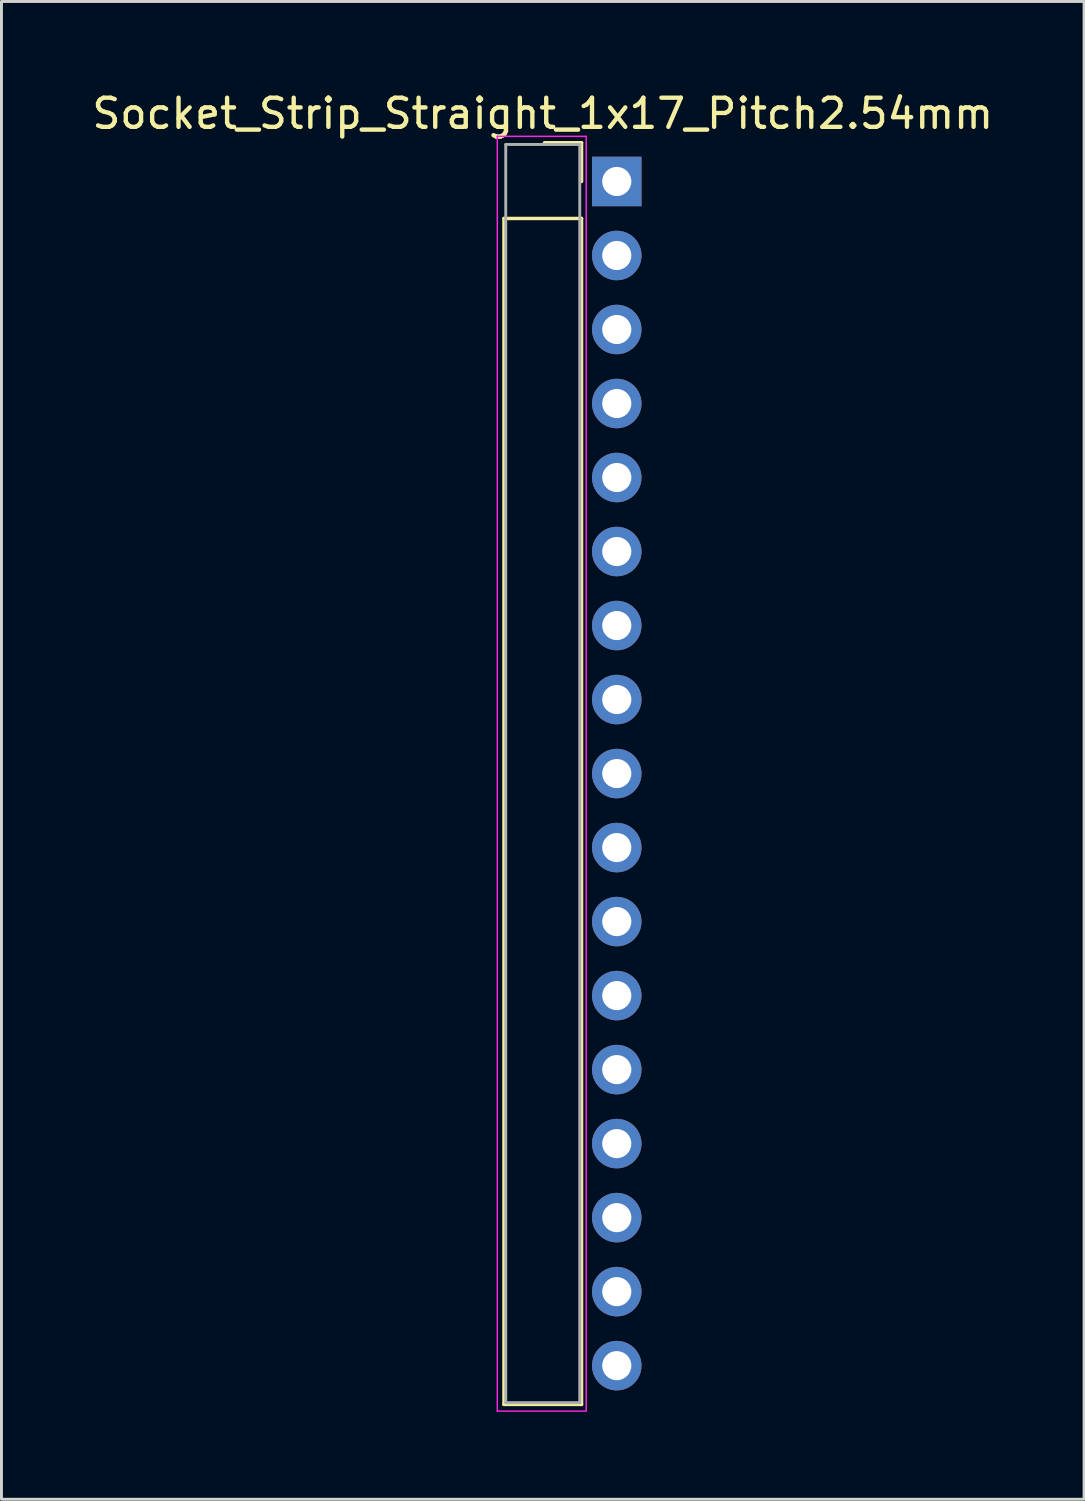
<source format=kicad_pcb>
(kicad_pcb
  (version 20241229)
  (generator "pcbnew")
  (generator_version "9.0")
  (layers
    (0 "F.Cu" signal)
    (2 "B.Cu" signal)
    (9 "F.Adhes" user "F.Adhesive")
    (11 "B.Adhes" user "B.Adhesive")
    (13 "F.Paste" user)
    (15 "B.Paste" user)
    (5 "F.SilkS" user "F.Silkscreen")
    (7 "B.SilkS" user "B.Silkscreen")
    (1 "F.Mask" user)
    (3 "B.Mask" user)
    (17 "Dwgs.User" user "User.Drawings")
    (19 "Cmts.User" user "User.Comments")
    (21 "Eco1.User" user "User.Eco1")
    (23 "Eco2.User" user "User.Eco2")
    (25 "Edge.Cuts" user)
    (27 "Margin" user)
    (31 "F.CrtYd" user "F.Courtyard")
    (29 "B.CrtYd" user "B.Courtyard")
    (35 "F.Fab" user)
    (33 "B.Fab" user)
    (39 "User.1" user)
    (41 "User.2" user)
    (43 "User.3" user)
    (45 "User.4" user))
  (footprint "Socket_Strip_Straight_1x17_Pitch2.54mm"
    (layer "F.Cu")
    (at 18.117 3.178)
    (property "Reference" "Socket_Strip_Straight_1x17_Pitch2.54mm" (at -2.54 -2.33 0) (layer "F.SilkS") (effects (font (size 1 1) (thickness 0.15))))
    (attr through_hole)
    (fp_line (start -3.87 1.27) (end -3.87 41.97) (stroke (width 0.12) (type solid)) (layer "F.SilkS"))
    (fp_line (start -3.87 41.97) (end -1.21 41.97) (stroke (width 0.12) (type solid)) (layer "F.SilkS"))
    (fp_line (start -1.21 -1.33) (end -2.48 -1.33) (stroke (width 0.12) (type solid)) (layer "F.SilkS"))
    (fp_line (start -1.21 0) (end -1.21 -1.33) (stroke (width 0.12) (type solid)) (layer "F.SilkS"))
    (fp_line (start -1.21 1.27) (end -3.87 1.27) (stroke (width 0.12) (type solid)) (layer "F.SilkS"))
    (fp_line (start -1.21 41.97) (end -1.21 1.27) (stroke (width 0.12) (type solid)) (layer "F.SilkS"))
    (fp_line (start -4.1 -1.55) (end -4.1 42.2) (stroke (width 0.05) (type solid)) (layer "F.CrtYd"))
    (fp_line (start -4.1 42.2) (end -1.05 42.2) (stroke (width 0.05) (type solid)) (layer "F.CrtYd"))
    (fp_line (start -1.05 -1.55) (end -4.1 -1.55) (stroke (width 0.05) (type solid)) (layer "F.CrtYd"))
    (fp_line (start -1.05 42.2) (end -1.05 -1.55) (stroke (width 0.05) (type solid)) (layer "F.CrtYd"))
    (fp_line (start -3.81 -1.27) (end -3.81 41.91) (stroke (width 0.1) (type solid)) (layer "F.Fab"))
    (fp_line (start -3.81 41.91) (end -1.27 41.91) (stroke (width 0.1) (type solid)) (layer "F.Fab"))
    (fp_line (start -1.27 -1.27) (end -3.81 -1.27) (stroke (width 0.1) (type solid)) (layer "F.Fab"))
    (fp_line (start -1.27 41.91) (end -1.27 -1.27) (stroke (width 0.1) (type solid)) (layer "F.Fab"))
    (pad "1" thru_hole rect (at 0 0) (size 1.7 1.7) (drill 1) (layers "*.Cu" "*.Mask"))
    (pad "2" thru_hole oval (at 0 2.54) (size 1.7 1.7) (drill 1) (layers "*.Cu" "*.Mask"))
    (pad "3" thru_hole oval (at 0 5.08) (size 1.7 1.7) (drill 1) (layers "*.Cu" "*.Mask"))
    (pad "4" thru_hole oval (at 0 7.62) (size 1.7 1.7) (drill 1) (layers "*.Cu" "*.Mask"))
    (pad "5" thru_hole oval (at 0 10.16) (size 1.7 1.7) (drill 1) (layers "*.Cu" "*.Mask"))
    (pad "6" thru_hole oval (at 0 12.7) (size 1.7 1.7) (drill 1) (layers "*.Cu" "*.Mask"))
    (pad "7" thru_hole oval (at 0 15.24) (size 1.7 1.7) (drill 1) (layers "*.Cu" "*.Mask"))
    (pad "8" thru_hole oval (at 0 17.78) (size 1.7 1.7) (drill 1) (layers "*.Cu" "*.Mask"))
    (pad "9" thru_hole oval (at 0 20.32) (size 1.7 1.7) (drill 1) (layers "*.Cu" "*.Mask"))
    (pad "10" thru_hole oval (at 0 22.86) (size 1.7 1.7) (drill 1) (layers "*.Cu" "*.Mask"))
    (pad "11" thru_hole oval (at 0 25.4) (size 1.7 1.7) (drill 1) (layers "*.Cu" "*.Mask"))
    (pad "12" thru_hole oval (at 0 27.94) (size 1.7 1.7) (drill 1) (layers "*.Cu" "*.Mask"))
    (pad "13" thru_hole oval (at 0 30.48) (size 1.7 1.7) (drill 1) (layers "*.Cu" "*.Mask"))
    (pad "14" thru_hole oval (at 0 33.02) (size 1.7 1.7) (drill 1) (layers "*.Cu" "*.Mask"))
    (pad "15" thru_hole oval (at 0 35.56) (size 1.7 1.7) (drill 1) (layers "*.Cu" "*.Mask"))
    (pad "16" thru_hole oval (at 0 38.1) (size 1.7 1.7) (drill 1) (layers "*.Cu" "*.Mask"))
    (pad "17" thru_hole oval (at 0 40.64) (size 1.7 1.7) (drill 1) (layers "*.Cu" "*.Mask")))
  (gr_rect
    (start -3 -3)
    (end 34.155 48.403)
    (stroke (width 0.1) (type default))
    (fill no)
    (layer "Edge.Cuts")))
</source>
